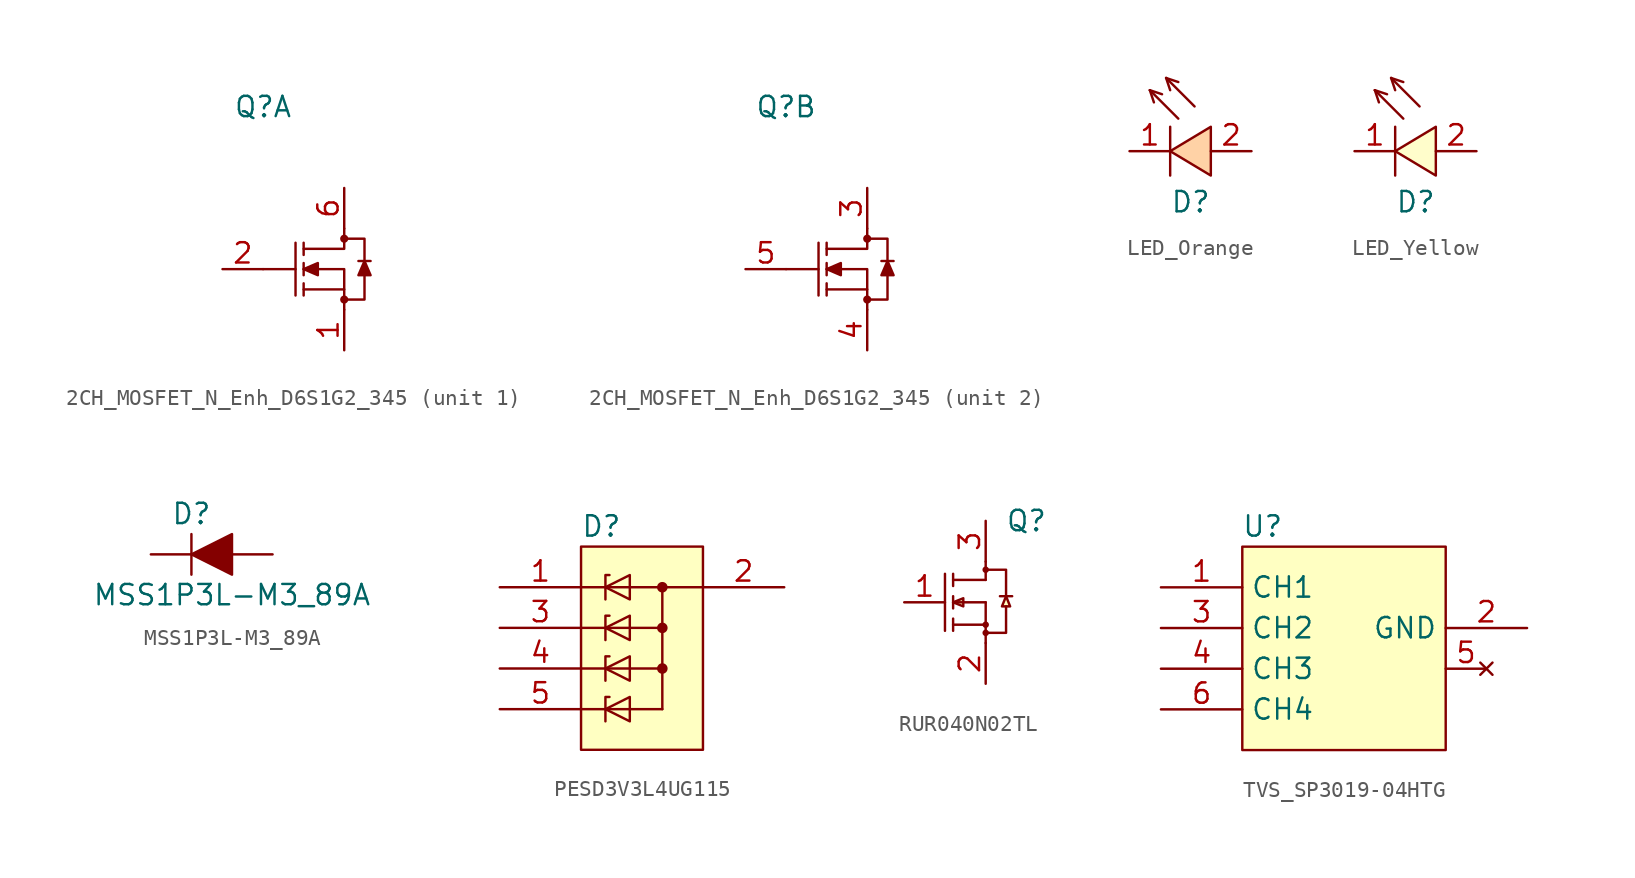
<source format=kicad_sym>
(kicad_symbol_lib
  (version 20231120)
  (generator "kicad_symbol_editor")
  (generator_version "8.0")
  (symbol "2CH_MOSFET_N_Enh_D6S1G2_345"
    (pin_names hide)
    (property "Reference" "Q"
      (at 0 7.62 0)
      (effects (font (size 1.27 1.27))))
    (property "Value" ""
      (at 0 -7.62 0)
      (effects (font (size 1.27 1.27))))
    (symbol "2CH_MOSFET_N_Enh_D6S1G2_345_0_1"
      (polyline (pts (xy 2.032 -2.54) (xy 0 -2.54)) (stroke (width 0) (type solid)) (fill (type none)))
      (polyline (pts (xy 2.032 -0.889) (xy 2.032 -4.191)) (stroke (width 0) (type solid)) (fill (type none)))
      (polyline (pts (xy 2.54 -3.429) (xy 2.54 -4.191)) (stroke (width 0) (type default)) (fill (type none)))
      (polyline (pts (xy 2.54 -2.159) (xy 2.54 -2.921)) (stroke (width 0) (type default)) (fill (type none)))
      (polyline (pts (xy 2.54 -0.889) (xy 2.54 -1.651)) (stroke (width 0) (type default)) (fill (type none)))
      (polyline (pts (xy 5.969 -2.032) (xy 6.731 -2.032)) (stroke (width 0) (type default)) (fill (type none)))
      (polyline (pts (xy 2.54 -3.81) (xy 5.08 -3.81) (xy 5.08 -5.08)) (stroke (width 0) (type default)) (fill (type none)))
      (polyline (pts (xy 2.54 -2.54) (xy 5.08 -2.54) (xy 5.08 -3.81)) (stroke (width 0) (type default)) (fill (type none)))
      (polyline (pts (xy 2.54 -1.27) (xy 5.08 -1.27) (xy 5.08 0)) (stroke (width 0) (type default)) (fill (type none)))
      (polyline (pts (xy 2.54 -2.54) (xy 3.429 -2.159) (xy 3.429 -2.921) (xy 2.54 -2.54)) (stroke (width 0) (type default)) (fill (type outline)))
      (polyline (pts (xy 5.08 -0.635) (xy 6.35 -0.635) (xy 6.35 -4.445) (xy 5.08 -4.445)) (stroke (width 0) (type default)) (fill (type none)))
      (polyline (pts (xy 6.35 -2.032) (xy 6.731 -2.921) (xy 5.969 -2.921) (xy 6.35 -2.032)) (stroke (width 0) (type default)) (fill (type outline)))
      (circle (center 5.08 -4.445) (radius 0.18) (stroke (width 0) (type default)) (fill (type outline)))
      (circle (center 5.08 -0.635) (radius 0.18) (stroke (width 0) (type default)) (fill (type outline))))
    (symbol "2CH_MOSFET_N_Enh_D6S1G2_345_1_0"
      (pin passive line (at 5.08 -7.62 90) (length 2.54) (name "S1" (effects (font (size 1.27 1.27)))) (number "1" (effects (font (size 1.27 1.27)))))
      (pin passive line (at -2.54 -2.54 0) (length 2.54) (name "G1" (effects (font (size 1.27 1.27)))) (number "2" (effects (font (size 1.27 1.27)))))
      (pin passive line (at 5.08 2.54 270) (length 2.54) (name "D1" (effects (font (size 1.27 1.27)))) (number "6" (effects (font (size 1.27 1.27))))))
    (symbol "2CH_MOSFET_N_Enh_D6S1G2_345_2_0"
      (pin passive line (at 5.08 2.54 270) (length 2.54) (name "D2" (effects (font (size 1.27 1.27)))) (number "3" (effects (font (size 1.27 1.27)))))
      (pin passive line (at 5.08 -7.62 90) (length 2.54) (name "S2" (effects (font (size 1.27 1.27)))) (number "4" (effects (font (size 1.27 1.27)))))
      (pin passive line (at -2.54 -2.54 0) (length 2.54) (name "G2" (effects (font (size 1.27 1.27)))) (number "5" (effects (font (size 1.27 1.27)))))))
  (symbol "LED_Orange"
    (pin_names hide)
    (property "Reference" "D"
      (at 0 -3.175 0)
      (effects (font (size 1.27 1.27)) (justify left)))
    (property "Value" ""
      (at 0 0 0)
      (effects (font (size 1.27 1.27))))
    (symbol "LED_Orange_0_1"
      (polyline (pts (xy -1.27 3.81) (xy -0.508 3.556)) (stroke (width 0) (type default)) (fill (type none)))
      (polyline (pts (xy -1.27 3.81) (xy 0.508 2.032)) (stroke (width 0) (type default)) (fill (type none)))
      (polyline (pts (xy -1.016 3.048) (xy -1.27 3.81)) (stroke (width 0) (type default)) (fill (type none)))
      (polyline (pts (xy -0.254 4.572) (xy 0.508 4.318)) (stroke (width 0) (type default)) (fill (type none)))
      (polyline (pts (xy -0.254 4.572) (xy 1.524 2.794)) (stroke (width 0) (type default)) (fill (type none)))
      (polyline (pts (xy 0 1.524) (xy 0 -1.524)) (stroke (width 0) (type default)) (fill (type none)))
      (polyline (pts (xy 0 3.81) (xy -0.254 4.572)) (stroke (width 0) (type default)) (fill (type none)))
      (polyline (pts (xy 0 0) (xy 2.54 1.524) (xy 2.54 -1.524) (xy 0 0)) (stroke (width 0) (type default)) (fill (type color) (color 255 210 166 1))))
    (symbol "LED_Orange_1_1"
      (pin passive line (at -2.54 0 0) (length 2.54) (name "1" (effects (font (size 1.27 1.27)))) (number "1" (effects (font (size 1.27 1.27)))))
      (pin passive line (at 5.08 0 180) (length 2.54) (name "2" (effects (font (size 1.27 1.27)))) (number "2" (effects (font (size 1.27 1.27)))))))
  (symbol "LED_Yellow"
    (pin_names hide)
    (property "Reference" "D"
      (at 0 -3.175 0)
      (effects (font (size 1.27 1.27)) (justify left)))
    (property "Value" ""
      (at 0 0 0)
      (effects (font (size 1.27 1.27))))
    (symbol "LED_Yellow_0_1"
      (polyline (pts (xy -1.27 3.81) (xy -0.508 3.556)) (stroke (width 0) (type default)) (fill (type none)))
      (polyline (pts (xy -1.27 3.81) (xy 0.508 2.032)) (stroke (width 0) (type default)) (fill (type none)))
      (polyline (pts (xy -1.016 3.048) (xy -1.27 3.81)) (stroke (width 0) (type default)) (fill (type none)))
      (polyline (pts (xy -0.254 4.572) (xy 0.508 4.318)) (stroke (width 0) (type default)) (fill (type none)))
      (polyline (pts (xy -0.254 4.572) (xy 1.524 2.794)) (stroke (width 0) (type default)) (fill (type none)))
      (polyline (pts (xy 0 1.524) (xy 0 -1.524)) (stroke (width 0) (type default)) (fill (type none)))
      (polyline (pts (xy 0 3.81) (xy -0.254 4.572)) (stroke (width 0) (type default)) (fill (type none)))
      (polyline (pts (xy 0 0) (xy 2.54 1.524) (xy 2.54 -1.524) (xy 0 0)) (stroke (width 0) (type default)) (fill (type color) (color 255 253 203 1))))
    (symbol "LED_Yellow_1_1"
      (pin passive line (at -2.54 0 0) (length 2.54) (name "1" (effects (font (size 1.27 1.27)))) (number "1" (effects (font (size 1.27 1.27)))))
      (pin passive line (at 5.08 0 180) (length 2.54) (name "2" (effects (font (size 1.27 1.27)))) (number "2" (effects (font (size 1.27 1.27)))))))
  (symbol "MSS1P3L-M3_89A"
    (pin_numbers hide)
    (pin_names
      (offset 1.016) hide)
    (property "Reference" "D"
      (at -1.27 2.54 0)
      (effects (font (size 1.27 1.27))))
    (property "Value" "MSS1P3L-M3_89A"
      (at 1.27 -2.54 0)
      (effects (font (size 1.27 1.27))))
    (symbol "MSS1P3L-M3_89A_0_1"
      (polyline (pts (xy -1.27 1.27) (xy -1.27 -1.27)) (stroke (width 0) (type solid)) (fill (type none)))
      (polyline (pts (xy 1.27 1.27) (xy 1.27 -1.27) (xy -1.27 0) (xy 1.27 1.27)) (stroke (width 0) (type solid)) (fill (type outline))))
    (symbol "MSS1P3L-M3_89A_1_1"
      (pin passive line (at 3.81 0 180) (length 2.54) (name "A" (effects (font (size 1.27 1.27)))) (number "1" (effects (font (size 1.27 1.27)))))
      (pin passive line (at -3.81 0 0) (length 2.54) (name "K" (effects (font (size 1.27 1.27)))) (number "2" (effects (font (size 1.27 1.27)))))))
  (symbol "PESD3V3L4UG115"
    (pin_names hide)
    (property "Reference" "D"
      (at 1.27 1.27 0)
      (effects (font (size 1.27 1.27))))
    (property "Value" ""
      (at 0 0 0)
      (effects (font (size 1.27 1.27))))
    (symbol "PESD3V3L4UG115_0_1"
      (polyline (pts (xy 0 -2.54) (xy 7.62 -2.54)) (stroke (width 0) (type default)) (fill (type none)))
      (polyline (pts (xy 5.08 -10.16) (xy 0 -10.16)) (stroke (width 0) (type default)) (fill (type none)))
      (polyline (pts (xy 5.08 -10.16) (xy 5.08 -2.54)) (stroke (width 0) (type default)) (fill (type none)))
      (polyline (pts (xy 5.08 -7.62) (xy 0 -7.62)) (stroke (width 0) (type default)) (fill (type none)))
      (polyline (pts (xy 5.08 -5.08) (xy 0 -5.08)) (stroke (width 0) (type default)) (fill (type none)))
      (polyline (pts (xy 1.524 -10.922) (xy 1.524 -9.398) (xy 1.778 -9.398)) (stroke (width 0) (type default)) (fill (type none)))
      (polyline (pts (xy 1.524 -8.382) (xy 1.524 -6.858) (xy 1.778 -6.858)) (stroke (width 0) (type default)) (fill (type none)))
      (polyline (pts (xy 1.524 -5.842) (xy 1.524 -4.318) (xy 1.778 -4.318)) (stroke (width 0) (type default)) (fill (type none)))
      (polyline (pts (xy 1.524 -3.302) (xy 1.524 -1.778) (xy 1.778 -1.778)) (stroke (width 0) (type default)) (fill (type none)))
      (polyline (pts (xy 1.524 -10.16) (xy 3.048 -9.398) (xy 3.048 -10.922) (xy 1.524 -10.16)) (stroke (width 0) (type default)) (fill (type none)))
      (polyline (pts (xy 1.524 -7.62) (xy 3.048 -6.858) (xy 3.048 -8.382) (xy 1.524 -7.62)) (stroke (width 0) (type default)) (fill (type none)))
      (polyline (pts (xy 1.524 -5.08) (xy 3.048 -4.318) (xy 3.048 -5.842) (xy 1.524 -5.08)) (stroke (width 0) (type default)) (fill (type none)))
      (polyline (pts (xy 1.524 -2.54) (xy 3.048 -1.778) (xy 3.048 -3.302) (xy 1.524 -2.54)) (stroke (width 0) (type default)) (fill (type none)))
      (rectangle (start 0 0) (end 7.62 -12.7) (stroke (width 0) (type default)) (fill (type background)))
      (circle (center 5.08 -7.62) (radius 0.254) (stroke (width 0) (type default)) (fill (type outline)))
      (circle (center 5.08 -5.08) (radius 0.254) (stroke (width 0) (type default)) (fill (type outline)))
      (circle (center 5.08 -2.54) (radius 0.254) (stroke (width 0) (type default)) (fill (type outline))))
    (symbol "PESD3V3L4UG115_1_1"
      (pin passive line (at -5.08 -2.54 0) (length 5.08) (name "1" (effects (font (size 1.27 1.27)))) (number "1" (effects (font (size 1.27 1.27)))))
      (pin passive line (at 12.7 -2.54 180) (length 5.08) (name "2" (effects (font (size 1.27 1.27)))) (number "2" (effects (font (size 1.27 1.27)))))
      (pin passive line (at -5.08 -5.08 0) (length 5.08) (name "3" (effects (font (size 1.27 1.27)))) (number "3" (effects (font (size 1.27 1.27)))))
      (pin passive line (at -5.08 -7.62 0) (length 5.08) (name "4" (effects (font (size 1.27 1.27)))) (number "4" (effects (font (size 1.27 1.27)))))
      (pin passive line (at -5.08 -10.16 0) (length 5.08) (name "5" (effects (font (size 1.27 1.27)))) (number "5" (effects (font (size 1.27 1.27)))))))
  (symbol "RUR040N02TL"
    (pin_names hide)
    (property "Reference" "Q"
      (at 2.54 5.08 0)
      (effects (font (size 1.27 1.27))))
    (property "Value" ""
      (at 1.016 0 0)
      (effects (font (size 1.27 1.27))))
    (symbol "RUR040N02TL_0_1"
      (circle (center 0 -1.905) (radius 0.127) (stroke (width 0) (type default)) (fill (type color) (color 132 0 0 1)))
      (circle (center 0 -1.397) (radius 0.127) (stroke (width 0) (type default)) (fill (type color) (color 132 0 0 1)))
      (polyline (pts (xy -2.54 1.778) (xy -2.54 -1.778)) (stroke (width 0) (type default)) (fill (type none)))
      (polyline (pts (xy -2.032 -1.016) (xy -2.032 -1.778)) (stroke (width 0) (type default)) (fill (type none)))
      (polyline (pts (xy -2.032 0.381) (xy -2.032 -0.381)) (stroke (width 0) (type default)) (fill (type none)))
      (polyline (pts (xy -2.032 1.778) (xy -2.032 1.016)) (stroke (width 0) (type default)) (fill (type none)))
      (polyline (pts (xy 0 -1.397) (xy -2.032 -1.397)) (stroke (width 0) (type default)) (fill (type none)))
      (polyline (pts (xy 0 0) (xy -2.032 0)) (stroke (width 0) (type default)) (fill (type none)))
      (polyline (pts (xy 0 0) (xy 0 -2.54)) (stroke (width 0) (type default)) (fill (type none)))
      (polyline (pts (xy 0 1.397) (xy -2.032 1.397)) (stroke (width 0) (type default)) (fill (type none)))
      (polyline (pts (xy 0 2.54) (xy 0 1.397)) (stroke (width 0) (type default)) (fill (type none)))
      (polyline (pts (xy 1.651 0.381) (xy 0.889 0.381)) (stroke (width 0) (type default)) (fill (type none)))
      (polyline (pts (xy 0 -1.905) (xy 1.27 -1.905) (xy 1.27 -0.254)) (stroke (width 0) (type default)) (fill (type none)))
      (polyline (pts (xy 0 2.032) (xy 1.27 2.032) (xy 1.27 0.381)) (stroke (width 0) (type default)) (fill (type none)))
      (polyline (pts (xy -2.032 0) (xy -1.397 0.254) (xy -1.397 -0.254) (xy -2.032 0)) (stroke (width 0) (type default)) (fill (type background)))
      (polyline (pts (xy 1.27 0.381) (xy 1.524 -0.254) (xy 1.016 -0.254) (xy 1.27 0.381)) (stroke (width 0) (type default)) (fill (type background)))
      (circle (center 0 2.032) (radius 0.127) (stroke (width 0) (type default)) (fill (type color) (color 132 0 0 1))))
    (symbol "RUR040N02TL_1_1"
      (pin passive line (at -5.08 0 0) (length 2.54) (name "G" (effects (font (size 1.27 1.27)))) (number "1" (effects (font (size 1.27 1.27)))))
      (pin passive line (at 0 -5.08 90) (length 2.54) (name "S" (effects (font (size 1.27 1.27)))) (number "2" (effects (font (size 1.27 1.27)))))
      (pin passive line (at 0 5.08 270) (length 2.54) (name "D" (effects (font (size 1.27 1.27)))) (number "3" (effects (font (size 1.27 1.27)))))))
  (symbol "TVS_SP3019-04HTG"
    (property "Reference" "U"
      (at 1.27 1.27 0)
      (effects (font (size 1.27 1.27))))
    (property "Value" ""
      (at 2.223 -6.668 90)
      (effects (font (size 1.27 1.27))))
    (symbol "TVS_SP3019-04HTG_1_1"
      (rectangle (start 0 0) (end 12.7 -12.7) (stroke (width 0) (type default)) (fill (type background)))
      (pin passive line (at -5.08 -2.54 0) (length 5.08) (name "CH1" (effects (font (size 1.27 1.27)))) (number "1" (effects (font (size 1.27 1.27)))))
      (pin passive line (at 17.78 -5.08 180) (length 5.08) (name "GND" (effects (font (size 1.27 1.27)))) (number "2" (effects (font (size 1.27 1.27)))))
      (pin passive line (at -5.08 -5.08 0) (length 5.08) (name "CH2" (effects (font (size 1.27 1.27)))) (number "3" (effects (font (size 1.27 1.27)))))
      (pin passive line (at -5.08 -7.62 0) (length 5.08) (name "CH3" (effects (font (size 1.27 1.27)))) (number "4" (effects (font (size 1.27 1.27)))))
      (pin no_connect line (at 15.24 -7.62 180) (length 2.54) (name "" (effects (font (size 1.27 1.27)))) (number "5" (effects (font (size 1.27 1.27)))))
      (pin passive line (at -5.08 -10.16 0) (length 5.08) (name "CH4" (effects (font (size 1.27 1.27)))) (number "6" (effects (font (size 1.27 1.27))))))))
</source>
